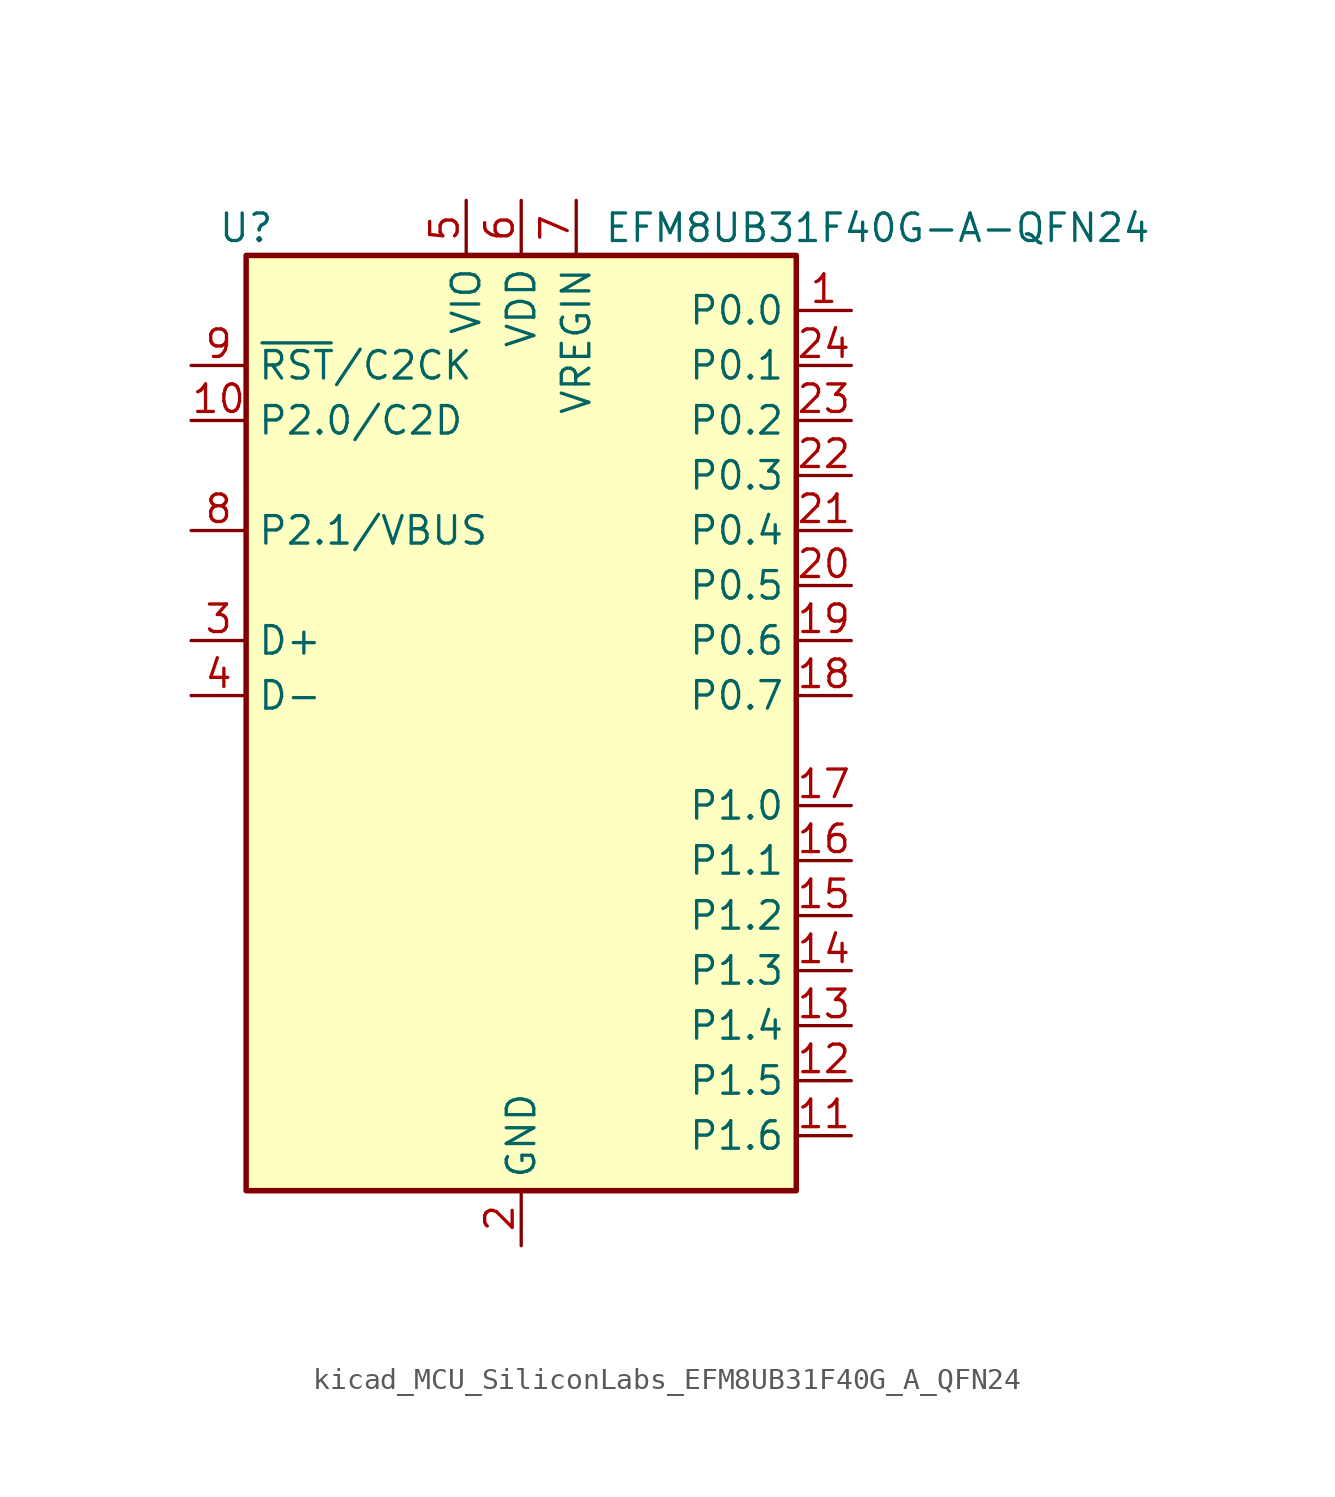
<source format=kicad_sym>
(kicad_symbol_lib
  (version 20220914)
  (generator kicad_symbol_editor)
  (symbol "kicad_MCU_SiliconLabs_EFM8UB31F40G_A_QFN24"
    (property "Reference" "U"
      (at -12.7 24.13 0)
      (effects (font (size 1.27 1.27))))
    (property "Value" "EFM8UB31F40G-A-QFN24"
      (at 3.81 24.13 0)
      (effects (font (size 1.27 1.27)) (justify left)))
    (symbol "kicad_MCU_SiliconLabs_EFM8UB31F40G_A_QFN24_0_1"
      (rectangle (start -12.7 22.86) (end 12.7 -20.32) (stroke (width 0.254) (type default)) (fill (type background))))
    (symbol "kicad_MCU_SiliconLabs_EFM8UB31F40G_A_QFN24_1_1"
      (pin bidirectional line (at 15.24 20.32 180) (length 2.54) (name "P0.0" (effects (font (size 1.27 1.27)))) (number "1" (effects (font (size 1.27 1.27)))))
      (pin bidirectional line (at -15.24 15.24 0) (length 2.54) (name "P2.0/C2D" (effects (font (size 1.27 1.27)))) (number "10" (effects (font (size 1.27 1.27)))))
      (pin bidirectional line (at 15.24 -17.78 180) (length 2.54) (name "P1.6" (effects (font (size 1.27 1.27)))) (number "11" (effects (font (size 1.27 1.27)))))
      (pin bidirectional line (at 15.24 -15.24 180) (length 2.54) (name "P1.5" (effects (font (size 1.27 1.27)))) (number "12" (effects (font (size 1.27 1.27)))))
      (pin bidirectional line (at 15.24 -12.7 180) (length 2.54) (name "P1.4" (effects (font (size 1.27 1.27)))) (number "13" (effects (font (size 1.27 1.27)))))
      (pin bidirectional line (at 15.24 -10.16 180) (length 2.54) (name "P1.3" (effects (font (size 1.27 1.27)))) (number "14" (effects (font (size 1.27 1.27)))))
      (pin bidirectional line (at 15.24 -7.62 180) (length 2.54) (name "P1.2" (effects (font (size 1.27 1.27)))) (number "15" (effects (font (size 1.27 1.27)))))
      (pin bidirectional line (at 15.24 -5.08 180) (length 2.54) (name "P1.1" (effects (font (size 1.27 1.27)))) (number "16" (effects (font (size 1.27 1.27)))))
      (pin bidirectional line (at 15.24 -2.54 180) (length 2.54) (name "P1.0" (effects (font (size 1.27 1.27)))) (number "17" (effects (font (size 1.27 1.27)))))
      (pin bidirectional line (at 15.24 2.54 180) (length 2.54) (name "P0.7" (effects (font (size 1.27 1.27)))) (number "18" (effects (font (size 1.27 1.27)))))
      (pin bidirectional line (at 15.24 5.08 180) (length 2.54) (name "P0.6" (effects (font (size 1.27 1.27)))) (number "19" (effects (font (size 1.27 1.27)))))
      (pin power_in line (at 0 -22.86 90) (length 2.54) (name "GND" (effects (font (size 1.27 1.27)))) (number "2" (effects (font (size 1.27 1.27)))))
      (pin bidirectional line (at 15.24 7.62 180) (length 2.54) (name "P0.5" (effects (font (size 1.27 1.27)))) (number "20" (effects (font (size 1.27 1.27)))))
      (pin bidirectional line (at 15.24 10.16 180) (length 2.54) (name "P0.4" (effects (font (size 1.27 1.27)))) (number "21" (effects (font (size 1.27 1.27)))))
      (pin bidirectional line (at 15.24 12.7 180) (length 2.54) (name "P0.3" (effects (font (size 1.27 1.27)))) (number "22" (effects (font (size 1.27 1.27)))))
      (pin bidirectional line (at 15.24 15.24 180) (length 2.54) (name "P0.2" (effects (font (size 1.27 1.27)))) (number "23" (effects (font (size 1.27 1.27)))))
      (pin bidirectional line (at 15.24 17.78 180) (length 2.54) (name "P0.1" (effects (font (size 1.27 1.27)))) (number "24" (effects (font (size 1.27 1.27)))))
      (pin passive line (at 0 -22.86 90) (length 2.54) hide (name "GND" (effects (font (size 1.27 1.27)))) (number "25" (effects (font (size 1.27 1.27)))))
      (pin bidirectional line (at -15.24 5.08 0) (length 2.54) (name "D+" (effects (font (size 1.27 1.27)))) (number "3" (effects (font (size 1.27 1.27)))))
      (pin bidirectional line (at -15.24 2.54 0) (length 2.54) (name "D-" (effects (font (size 1.27 1.27)))) (number "4" (effects (font (size 1.27 1.27)))))
      (pin power_in line (at -2.54 25.4 270) (length 2.54) (name "VIO" (effects (font (size 1.27 1.27)))) (number "5" (effects (font (size 1.27 1.27)))))
      (pin power_in line (at 0 25.4 270) (length 2.54) (name "VDD" (effects (font (size 1.27 1.27)))) (number "6" (effects (font (size 1.27 1.27)))))
      (pin power_in line (at 2.54 25.4 270) (length 2.54) (name "VREGIN" (effects (font (size 1.27 1.27)))) (number "7" (effects (font (size 1.27 1.27)))))
      (pin bidirectional line (at -15.24 10.16 0) (length 2.54) (name "P2.1/VBUS" (effects (font (size 1.27 1.27)))) (number "8" (effects (font (size 1.27 1.27)))))
      (pin bidirectional line (at -15.24 17.78 0) (length 2.54) (name "~{RST}/C2CK" (effects (font (size 1.27 1.27)))) (number "9" (effects (font (size 1.27 1.27))))))))
</source>
